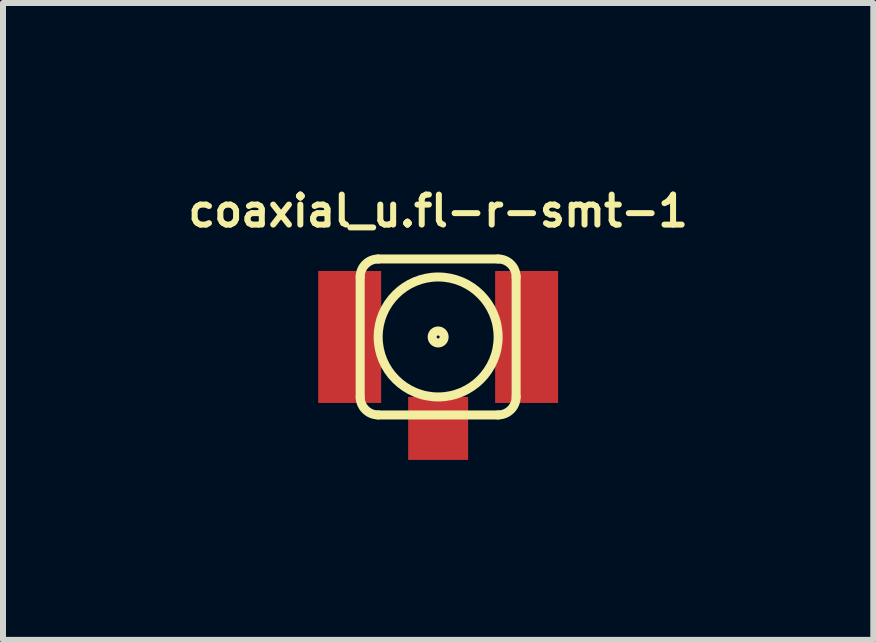
<source format=kicad_pcb>
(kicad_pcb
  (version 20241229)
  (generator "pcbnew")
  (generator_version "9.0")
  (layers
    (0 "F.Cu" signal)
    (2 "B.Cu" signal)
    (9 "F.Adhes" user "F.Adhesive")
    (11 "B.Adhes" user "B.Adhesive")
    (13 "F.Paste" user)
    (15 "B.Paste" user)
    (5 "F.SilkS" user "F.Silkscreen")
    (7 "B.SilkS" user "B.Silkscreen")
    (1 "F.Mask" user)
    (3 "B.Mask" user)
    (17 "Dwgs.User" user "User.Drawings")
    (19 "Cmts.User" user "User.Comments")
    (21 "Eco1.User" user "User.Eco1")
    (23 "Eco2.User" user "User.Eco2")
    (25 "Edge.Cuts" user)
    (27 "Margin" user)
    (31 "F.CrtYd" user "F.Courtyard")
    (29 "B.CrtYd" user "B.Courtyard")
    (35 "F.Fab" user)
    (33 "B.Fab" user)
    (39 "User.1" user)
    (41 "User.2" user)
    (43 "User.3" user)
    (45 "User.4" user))
  (footprint "coaxial_u.fl-r-smt-1"
    (layer "F.Cu")
    (at 4.255 2.568)
    (property "Reference" "coaxial_u.fl-r-smt-1" (at 0 -2.1 0) (layer "F.SilkS") (effects (font (size 0.5 0.5) (thickness 0.1))))
    (attr through_hole)
    (fp_line (start -1.3 1) (end -1.3 -1) (stroke (width 0.15) (type solid)) (layer "F.SilkS"))
    (fp_line (start -1 -1.3) (end 1 -1.3) (stroke (width 0.15) (type solid)) (layer "F.SilkS"))
    (fp_line (start 1 1.3) (end -1 1.3) (stroke (width 0.15) (type solid)) (layer "F.SilkS"))
    (fp_line (start 1.3 -1) (end 1.3 1) (stroke (width 0.15) (type solid)) (layer "F.SilkS"))
    (fp_arc (start -1.3 -1) (mid -1.212132 -1.212132) (end -1 -1.3) (stroke (width 0.15) (type solid)) (layer "F.SilkS"))
    (fp_arc (start -1 1.3) (mid -1.212132 1.212132) (end -1.3 1) (stroke (width 0.15) (type solid)) (layer "F.SilkS"))
    (fp_arc (start 1 -1.3) (mid 1.212132 -1.212132) (end 1.3 -1) (stroke (width 0.15) (type solid)) (layer "F.SilkS"))
    (fp_arc (start 1.3 1) (mid 1.212132 1.212132) (end 1 1.3) (stroke (width 0.15) (type solid)) (layer "F.SilkS"))
    (fp_circle (center 0 0) (end -1 0) (stroke (width 0.15) (type solid)) (fill no) (layer "F.SilkS"))
    (fp_circle (center 0 0) (end -0.1 0) (stroke (width 0.15) (type solid)) (fill no) (layer "F.SilkS"))
    (pad "1" smd rect (at 0 1.525) (size 1 1.05) (layers "F.Cu" "F.Mask" "F.Paste"))
    (pad "2" smd rect (at -1.475 0) (size 1.05 2.2) (layers "F.Cu" "F.Mask" "F.Paste"))
    (pad "3" smd rect (at 1.475 0) (size 1.05 2.2) (layers "F.Cu" "F.Mask" "F.Paste")))
  (gr_rect
    (start -3 -3)
    (end 11.51 7.618)
    (stroke (width 0.1) (type default))
    (fill no)
    (layer "Edge.Cuts")))
</source>
